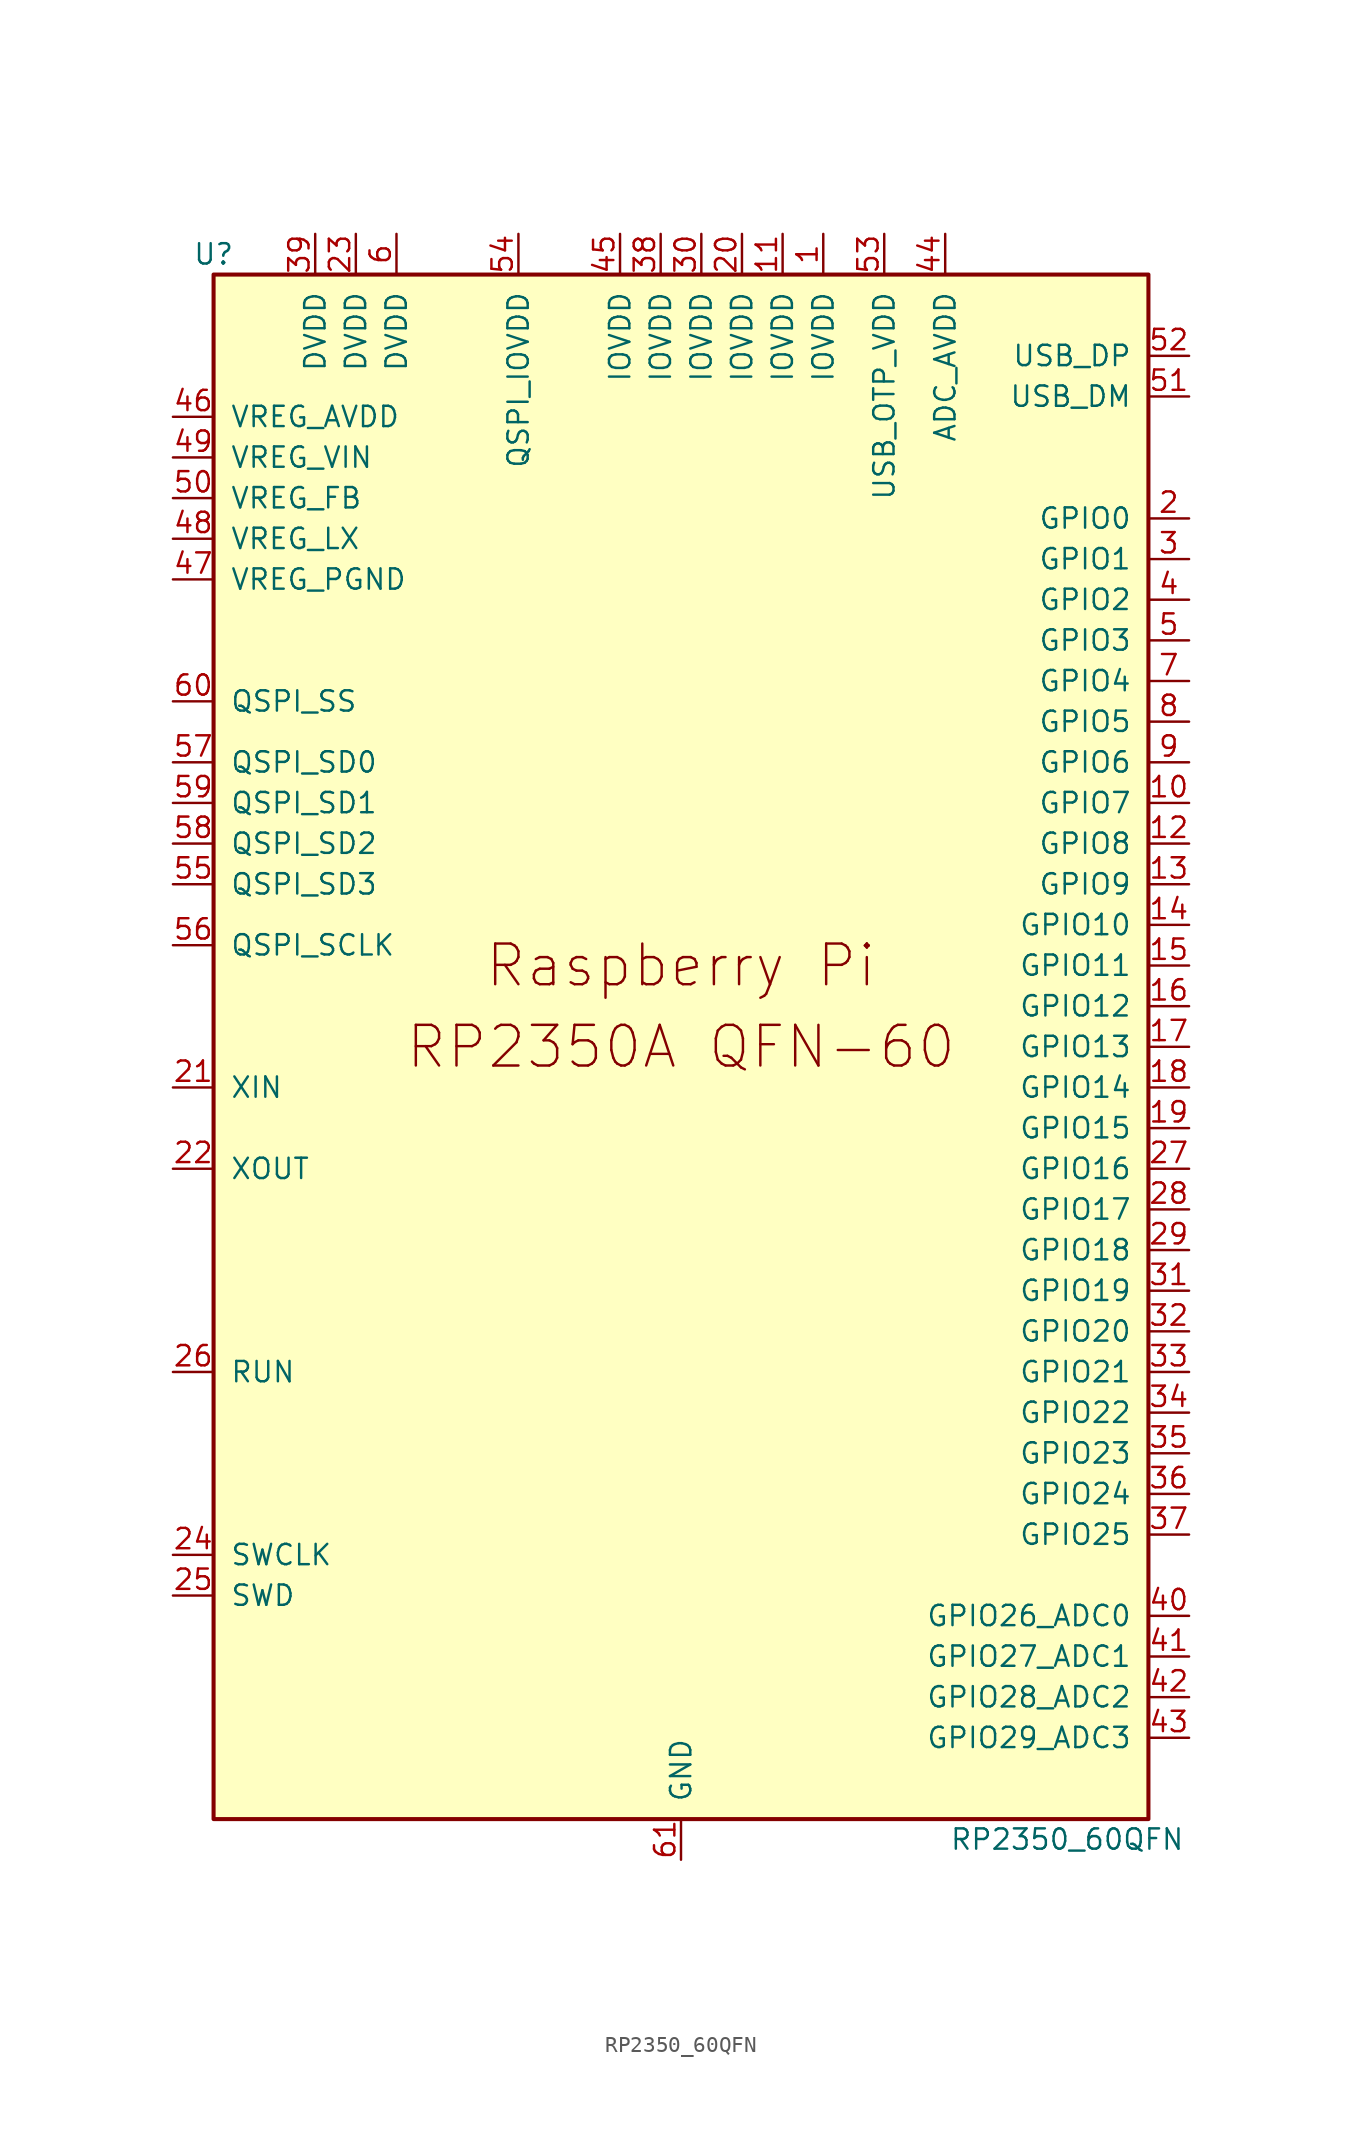
<source format=kicad_sym>
(kicad_symbol_lib
  (version 20241209)
  (generator "kicad_symbol_editor")
  (generator_version "9.0")
  (symbol "RP2350_60QFN"
    (pin_names
      (offset 1.016))
    (property "Reference" "U"
      (at -29.21 49.53 0)
      (effects (font (size 1.27 1.27))))
    (property "Value" "RP2350_60QFN"
      (at 24.13 -49.53 0)
      (effects (font (size 1.27 1.27))))
    (symbol "RP2350_60QFN_0_0"
      (text "Raspberry Pi" (at 0 5.08 0) (effects (font (size 2.54 2.54)))))
    (symbol "RP2350_60QFN_0_1"
      (rectangle (start 29.21 48.26) (end -29.21 -48.26) (stroke (width 0.254) (type default)) (fill (type background))))
    (symbol "RP2350_60QFN_1_0"
      (text "RP2350A QFN-60" (at 0 0 0) (effects (font (size 2.54 2.54)))))
    (symbol "RP2350_60QFN_1_1"
      (pin power_in line (at -31.75 39.37 0) (length 2.54) (name "VREG_AVDD" (effects (font (size 1.27 1.27)))) (number "46" (effects (font (size 1.27 1.27)))))
      (pin power_in line (at -31.75 36.83 0) (length 2.54) (name "VREG_VIN" (effects (font (size 1.27 1.27)))) (number "49" (effects (font (size 1.27 1.27)))))
      (pin input line (at -31.75 34.29 0) (length 2.54) (name "VREG_FB" (effects (font (size 1.27 1.27)))) (number "50" (effects (font (size 1.27 1.27)))))
      (pin power_out line (at -31.75 31.75 0) (length 2.54) (name "VREG_LX" (effects (font (size 1.27 1.27)))) (number "48" (effects (font (size 1.27 1.27)))))
      (pin power_in line (at -31.75 29.21 0) (length 2.54) (name "VREG_PGND" (effects (font (size 1.27 1.27)))) (number "47" (effects (font (size 1.27 1.27)))))
      (pin bidirectional line (at -31.75 21.59 0) (length 2.54) (name "QSPI_SS" (effects (font (size 1.27 1.27)))) (number "60" (effects (font (size 1.27 1.27)))))
      (pin bidirectional line (at -31.75 17.78 0) (length 2.54) (name "QSPI_SD0" (effects (font (size 1.27 1.27)))) (number "57" (effects (font (size 1.27 1.27)))))
      (pin bidirectional line (at -31.75 15.24 0) (length 2.54) (name "QSPI_SD1" (effects (font (size 1.27 1.27)))) (number "59" (effects (font (size 1.27 1.27)))))
      (pin bidirectional line (at -31.75 12.7 0) (length 2.54) (name "QSPI_SD2" (effects (font (size 1.27 1.27)))) (number "58" (effects (font (size 1.27 1.27)))))
      (pin bidirectional line (at -31.75 10.16 0) (length 2.54) (name "QSPI_SD3" (effects (font (size 1.27 1.27)))) (number "55" (effects (font (size 1.27 1.27)))))
      (pin output line (at -31.75 6.35 0) (length 2.54) (name "QSPI_SCLK" (effects (font (size 1.27 1.27)))) (number "56" (effects (font (size 1.27 1.27)))))
      (pin input line (at -31.75 -2.54 0) (length 2.54) (name "XIN" (effects (font (size 1.27 1.27)))) (number "21" (effects (font (size 1.27 1.27)))))
      (pin passive line (at -31.75 -7.62 0) (length 2.54) (name "XOUT" (effects (font (size 1.27 1.27)))) (number "22" (effects (font (size 1.27 1.27)))))
      (pin input line (at -31.75 -20.32 0) (length 2.54) (name "RUN" (effects (font (size 1.27 1.27)))) (number "26" (effects (font (size 1.27 1.27)))))
      (pin output line (at -31.75 -31.75 0) (length 2.54) (name "SWCLK" (effects (font (size 1.27 1.27)))) (number "24" (effects (font (size 1.27 1.27)))))
      (pin bidirectional line (at -31.75 -34.29 0) (length 2.54) (name "SWD" (effects (font (size 1.27 1.27)))) (number "25" (effects (font (size 1.27 1.27)))))
      (pin power_in line (at -22.86 50.8 270) (length 2.54) (name "DVDD" (effects (font (size 1.27 1.27)))) (number "39" (effects (font (size 1.27 1.27)))))
      (pin power_in line (at -20.32 50.8 270) (length 2.54) (name "DVDD" (effects (font (size 1.27 1.27)))) (number "23" (effects (font (size 1.27 1.27)))))
      (pin power_in line (at -17.78 50.8 270) (length 2.54) (name "DVDD" (effects (font (size 1.27 1.27)))) (number "6" (effects (font (size 1.27 1.27)))))
      (pin power_in line (at -10.16 50.8 270) (length 2.54) (name "QSPI_IOVDD" (effects (font (size 1.27 1.27)))) (number "54" (effects (font (size 1.27 1.27)))))
      (pin power_in line (at -3.81 50.8 270) (length 2.54) (name "IOVDD" (effects (font (size 1.27 1.27)))) (number "45" (effects (font (size 1.27 1.27)))))
      (pin power_in line (at -1.27 50.8 270) (length 2.54) (name "IOVDD" (effects (font (size 1.27 1.27)))) (number "38" (effects (font (size 1.27 1.27)))))
      (pin power_in line (at 0 -50.8 90) (length 2.54) (name "GND" (effects (font (size 1.27 1.27)))) (number "61" (effects (font (size 1.27 1.27)))))
      (pin power_in line (at 1.27 50.8 270) (length 2.54) (name "IOVDD" (effects (font (size 1.27 1.27)))) (number "30" (effects (font (size 1.27 1.27)))))
      (pin power_in line (at 3.81 50.8 270) (length 2.54) (name "IOVDD" (effects (font (size 1.27 1.27)))) (number "20" (effects (font (size 1.27 1.27)))))
      (pin power_in line (at 6.35 50.8 270) (length 2.54) (name "IOVDD" (effects (font (size 1.27 1.27)))) (number "11" (effects (font (size 1.27 1.27)))))
      (pin power_in line (at 8.89 50.8 270) (length 2.54) (name "IOVDD" (effects (font (size 1.27 1.27)))) (number "1" (effects (font (size 1.27 1.27)))))
      (pin power_in line (at 12.7 50.8 270) (length 2.54) (name "USB_OTP_VDD" (effects (font (size 1.27 1.27)))) (number "53" (effects (font (size 1.27 1.27)))))
      (pin power_in line (at 16.51 50.8 270) (length 2.54) (name "ADC_AVDD" (effects (font (size 1.27 1.27)))) (number "44" (effects (font (size 1.27 1.27)))))
      (pin bidirectional line (at 31.75 43.18 180) (length 2.54) (name "USB_DP" (effects (font (size 1.27 1.27)))) (number "52" (effects (font (size 1.27 1.27)))))
      (pin bidirectional line (at 31.75 40.64 180) (length 2.54) (name "USB_DM" (effects (font (size 1.27 1.27)))) (number "51" (effects (font (size 1.27 1.27)))))
      (pin bidirectional line (at 31.75 33.02 180) (length 2.54) (name "GPIO0" (effects (font (size 1.27 1.27)))) (number "2" (effects (font (size 1.27 1.27)))))
      (pin bidirectional line (at 31.75 30.48 180) (length 2.54) (name "GPIO1" (effects (font (size 1.27 1.27)))) (number "3" (effects (font (size 1.27 1.27)))))
      (pin bidirectional line (at 31.75 27.94 180) (length 2.54) (name "GPIO2" (effects (font (size 1.27 1.27)))) (number "4" (effects (font (size 1.27 1.27)))))
      (pin bidirectional line (at 31.75 25.4 180) (length 2.54) (name "GPIO3" (effects (font (size 1.27 1.27)))) (number "5" (effects (font (size 1.27 1.27)))))
      (pin bidirectional line (at 31.75 22.86 180) (length 2.54) (name "GPIO4" (effects (font (size 1.27 1.27)))) (number "7" (effects (font (size 1.27 1.27)))))
      (pin bidirectional line (at 31.75 20.32 180) (length 2.54) (name "GPIO5" (effects (font (size 1.27 1.27)))) (number "8" (effects (font (size 1.27 1.27)))))
      (pin bidirectional line (at 31.75 17.78 180) (length 2.54) (name "GPIO6" (effects (font (size 1.27 1.27)))) (number "9" (effects (font (size 1.27 1.27)))))
      (pin bidirectional line (at 31.75 15.24 180) (length 2.54) (name "GPIO7" (effects (font (size 1.27 1.27)))) (number "10" (effects (font (size 1.27 1.27)))))
      (pin bidirectional line (at 31.75 12.7 180) (length 2.54) (name "GPIO8" (effects (font (size 1.27 1.27)))) (number "12" (effects (font (size 1.27 1.27)))))
      (pin bidirectional line (at 31.75 10.16 180) (length 2.54) (name "GPIO9" (effects (font (size 1.27 1.27)))) (number "13" (effects (font (size 1.27 1.27)))))
      (pin bidirectional line (at 31.75 7.62 180) (length 2.54) (name "GPIO10" (effects (font (size 1.27 1.27)))) (number "14" (effects (font (size 1.27 1.27)))))
      (pin bidirectional line (at 31.75 5.08 180) (length 2.54) (name "GPIO11" (effects (font (size 1.27 1.27)))) (number "15" (effects (font (size 1.27 1.27)))))
      (pin bidirectional line (at 31.75 2.54 180) (length 2.54) (name "GPIO12" (effects (font (size 1.27 1.27)))) (number "16" (effects (font (size 1.27 1.27)))))
      (pin bidirectional line (at 31.75 0 180) (length 2.54) (name "GPIO13" (effects (font (size 1.27 1.27)))) (number "17" (effects (font (size 1.27 1.27)))))
      (pin bidirectional line (at 31.75 -2.54 180) (length 2.54) (name "GPIO14" (effects (font (size 1.27 1.27)))) (number "18" (effects (font (size 1.27 1.27)))))
      (pin bidirectional line (at 31.75 -5.08 180) (length 2.54) (name "GPIO15" (effects (font (size 1.27 1.27)))) (number "19" (effects (font (size 1.27 1.27)))))
      (pin bidirectional line (at 31.75 -7.62 180) (length 2.54) (name "GPIO16" (effects (font (size 1.27 1.27)))) (number "27" (effects (font (size 1.27 1.27)))))
      (pin bidirectional line (at 31.75 -10.16 180) (length 2.54) (name "GPIO17" (effects (font (size 1.27 1.27)))) (number "28" (effects (font (size 1.27 1.27)))))
      (pin bidirectional line (at 31.75 -12.7 180) (length 2.54) (name "GPIO18" (effects (font (size 1.27 1.27)))) (number "29" (effects (font (size 1.27 1.27)))))
      (pin bidirectional line (at 31.75 -15.24 180) (length 2.54) (name "GPIO19" (effects (font (size 1.27 1.27)))) (number "31" (effects (font (size 1.27 1.27)))))
      (pin bidirectional line (at 31.75 -17.78 180) (length 2.54) (name "GPIO20" (effects (font (size 1.27 1.27)))) (number "32" (effects (font (size 1.27 1.27)))))
      (pin bidirectional line (at 31.75 -20.32 180) (length 2.54) (name "GPIO21" (effects (font (size 1.27 1.27)))) (number "33" (effects (font (size 1.27 1.27)))))
      (pin bidirectional line (at 31.75 -22.86 180) (length 2.54) (name "GPIO22" (effects (font (size 1.27 1.27)))) (number "34" (effects (font (size 1.27 1.27)))))
      (pin bidirectional line (at 31.75 -25.4 180) (length 2.54) (name "GPIO23" (effects (font (size 1.27 1.27)))) (number "35" (effects (font (size 1.27 1.27)))))
      (pin bidirectional line (at 31.75 -27.94 180) (length 2.54) (name "GPIO24" (effects (font (size 1.27 1.27)))) (number "36" (effects (font (size 1.27 1.27)))))
      (pin bidirectional line (at 31.75 -30.48 180) (length 2.54) (name "GPIO25" (effects (font (size 1.27 1.27)))) (number "37" (effects (font (size 1.27 1.27)))))
      (pin bidirectional line (at 31.75 -35.56 180) (length 2.54) (name "GPIO26_ADC0" (effects (font (size 1.27 1.27)))) (number "40" (effects (font (size 1.27 1.27)))))
      (pin bidirectional line (at 31.75 -38.1 180) (length 2.54) (name "GPIO27_ADC1" (effects (font (size 1.27 1.27)))) (number "41" (effects (font (size 1.27 1.27)))))
      (pin bidirectional line (at 31.75 -40.64 180) (length 2.54) (name "GPIO28_ADC2" (effects (font (size 1.27 1.27)))) (number "42" (effects (font (size 1.27 1.27)))))
      (pin bidirectional line (at 31.75 -43.18 180) (length 2.54) (name "GPIO29_ADC3" (effects (font (size 1.27 1.27)))) (number "43" (effects (font (size 1.27 1.27))))))))
</source>
